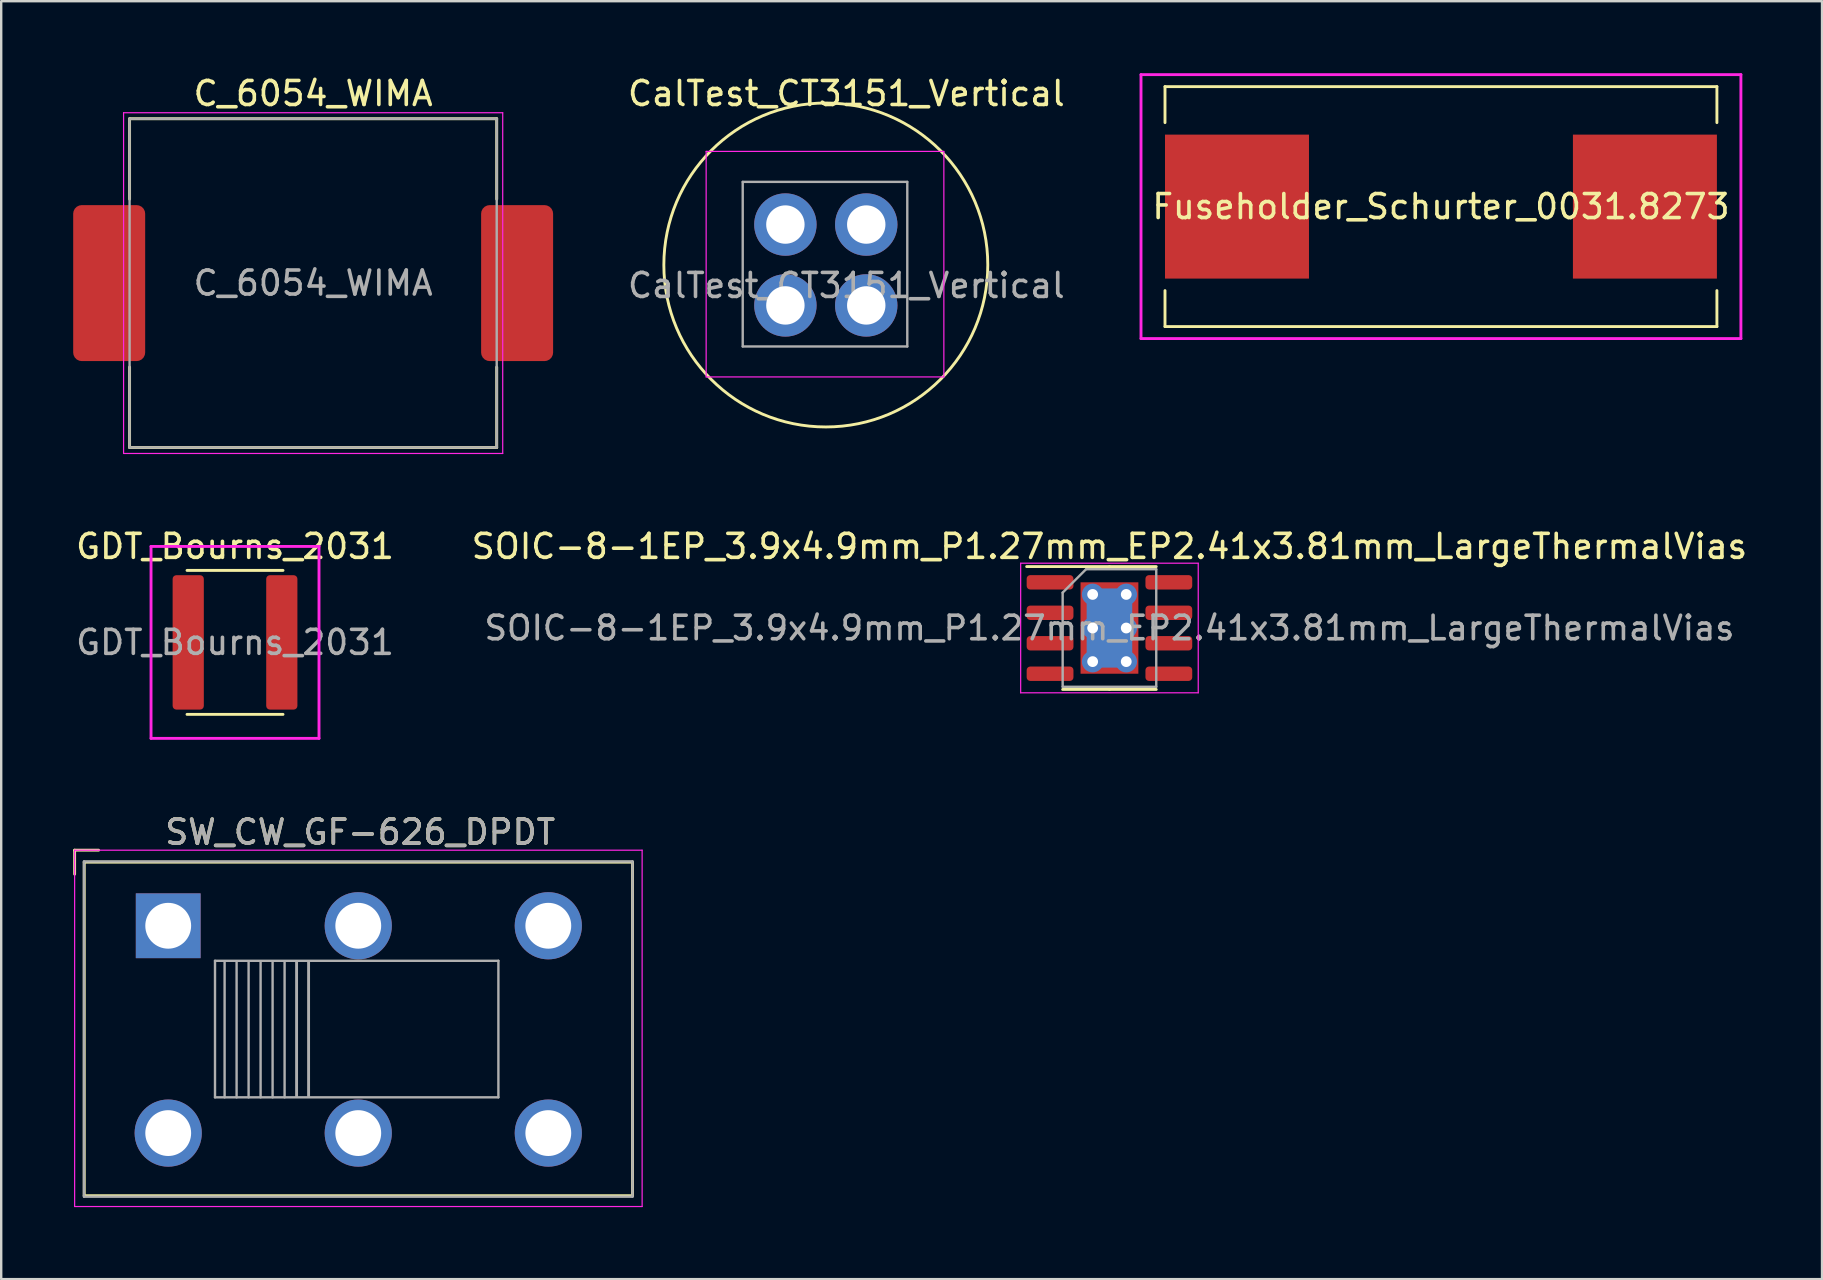
<source format=kicad_pcb>
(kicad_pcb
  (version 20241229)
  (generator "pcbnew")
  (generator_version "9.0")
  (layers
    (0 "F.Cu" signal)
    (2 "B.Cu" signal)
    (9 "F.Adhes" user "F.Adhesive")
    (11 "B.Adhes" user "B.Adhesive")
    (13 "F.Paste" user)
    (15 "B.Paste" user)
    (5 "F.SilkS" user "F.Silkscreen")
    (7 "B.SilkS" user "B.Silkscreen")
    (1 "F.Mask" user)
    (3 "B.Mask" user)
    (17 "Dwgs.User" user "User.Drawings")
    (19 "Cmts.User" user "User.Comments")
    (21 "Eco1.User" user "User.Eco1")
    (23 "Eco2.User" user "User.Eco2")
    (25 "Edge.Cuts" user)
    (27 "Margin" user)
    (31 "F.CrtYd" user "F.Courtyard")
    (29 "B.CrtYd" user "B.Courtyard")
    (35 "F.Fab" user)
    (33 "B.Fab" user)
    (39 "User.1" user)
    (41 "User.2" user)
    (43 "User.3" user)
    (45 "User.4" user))
  (footprint "Fuseholder_Schurter_0031.8273"
    (layer "F.Cu")
    (at 57 5.56)
    (property "Reference" "Fuseholder_Schurter_0031.8273" (at 0 0 0) (layer "F.SilkS") (effects (font (size 1 1) (thickness 0.15))))
    (attr through_hole)
    (fp_line (start -11.5 -5) (end -11.5 -3.5) (stroke (width 0.12) (type solid)) (layer "F.SilkS"))
    (fp_line (start -11.5 3.5) (end -11.5 5) (stroke (width 0.12) (type solid)) (layer "F.SilkS"))
    (fp_line (start -11.5 5) (end 11.5 5) (stroke (width 0.12) (type solid)) (layer "F.SilkS"))
    (fp_line (start 11.5 -5) (end -11.5 -5) (stroke (width 0.12) (type solid)) (layer "F.SilkS"))
    (fp_line (start 11.5 -3.5) (end 11.5 -5) (stroke (width 0.12) (type solid)) (layer "F.SilkS"))
    (fp_line (start 11.5 5) (end 11.5 3.5) (stroke (width 0.12) (type solid)) (layer "F.SilkS"))
    (fp_line (start -12.5 -5.5) (end -12.5 5.5) (stroke (width 0.12) (type solid)) (layer "F.CrtYd"))
    (fp_line (start -12.5 -5.5) (end 12.5 -5.5) (stroke (width 0.12) (type solid)) (layer "F.CrtYd"))
    (fp_line (start -12.5 5.5) (end 12.5 5.5) (stroke (width 0.12) (type solid)) (layer "F.CrtYd"))
    (fp_line (start 12.5 -5.5) (end 12.5 5.5) (stroke (width 0.12) (type solid)) (layer "F.CrtYd"))
    (pad "1" smd rect (at -8.5 0) (size 6 6) (layers "F.Cu" "F.Mask" "F.Paste"))
    (pad "2" smd rect (at 8.5 0) (size 6 6) (layers "F.Cu" "F.Mask" "F.Paste")))
  (footprint "GDT_Bourns_2031"
    (layer "F.Cu")
    (at 6.744 23.721)
    (property "Reference" "GDT_Bourns_2031" (at 0 -4 0) (layer "F.SilkS") (effects (font (size 1 1) (thickness 0.15))))
    (attr smd)
    (fp_line (start -2 3) (end 2 3) (stroke (width 0.12) (type solid)) (layer "F.SilkS"))
    (fp_line (start 2 -3) (end -2 -3) (stroke (width 0.12) (type solid)) (layer "F.SilkS"))
    (fp_line (start -3.5 -4) (end -3.5 4) (stroke (width 0.12) (type solid)) (layer "F.CrtYd"))
    (fp_line (start -3.5 4) (end 3.5 4) (stroke (width 0.12) (type solid)) (layer "F.CrtYd"))
    (fp_line (start 3.5 -4) (end -3.5 -4) (stroke (width 0.12) (type solid)) (layer "F.CrtYd"))
    (fp_line (start 3.5 4) (end 3.5 -4) (stroke (width 0.12) (type solid)) (layer "F.CrtYd"))
    (fp_text user "${REFERENCE}" (at 0 0 0) (layer "F.Fab") (effects (font (size 1 1) (thickness 0.15))))
    (pad "1" smd roundrect (at -1.95 0) (size 1.3 5.6) (layers "F.Cu" "F.Mask" "F.Paste") (roundrect_rratio 0.119))
    (pad "3" smd roundrect (at 1.95 0) (size 1.3 5.6) (layers "F.Cu" "F.Mask" "F.Paste") (roundrect_rratio 0.119)))
  (footprint "SW_CW_GF-626_DPDT"
    (layer "F.Cu")
    (at 3.96 35.53)
    (property "Reference" "SW_CW_GF-626_DPDT" (at 8 -3.9 0) (layer "F.SilkS") (effects (font (size 1 1) (thickness 0.15))))
    (attr through_hole)
    (fp_line (start -3.9 -3.15) (end -2.9 -3.15) (stroke (width 0.12) (type solid)) (layer "F.SilkS"))
    (fp_line (start -3.9 -2.15) (end -3.9 -3.15) (stroke (width 0.12) (type solid)) (layer "F.SilkS"))
    (fp_line (start -3.5 -2.65) (end 19.35 -2.65) (stroke (width 0.12) (type solid)) (layer "F.SilkS"))
    (fp_line (start -3.5 11.25) (end -3.5 -2.65) (stroke (width 0.12) (type solid)) (layer "F.SilkS"))
    (fp_line (start 19.35 -2.65) (end 19.35 11.25) (stroke (width 0.12) (type solid)) (layer "F.SilkS"))
    (fp_line (start 19.35 11.25) (end -3.5 11.25) (stroke (width 0.12) (type solid)) (layer "F.SilkS"))
    (fp_line (start -3.9 -3.15) (end 19.75 -3.15) (stroke (width 0.05) (type solid)) (layer "F.CrtYd"))
    (fp_line (start -3.9 11.7) (end -3.9 -3.15) (stroke (width 0.05) (type solid)) (layer "F.CrtYd"))
    (fp_line (start 19.75 -3.15) (end 19.75 11.7) (stroke (width 0.05) (type solid)) (layer "F.CrtYd"))
    (fp_line (start 19.75 11.7) (end -3.9 11.7) (stroke (width 0.05) (type solid)) (layer "F.CrtYd"))
    (fp_line (start -3.51 -2.68) (end -3.51 11.29) (stroke (width 0.1) (type solid)) (layer "F.Fab"))
    (fp_line (start -3.51 -2.68) (end 19.35 -2.68) (stroke (width 0.1) (type solid)) (layer "F.Fab"))
    (fp_line (start 1.95 1.46) (end 1.95 7.15) (stroke (width 0.1) (type solid)) (layer "F.Fab"))
    (fp_line (start 1.95 1.46) (end 13.76 1.46) (stroke (width 0.1) (type solid)) (layer "F.Fab"))
    (fp_line (start 2.35 1.5) (end 2.35 7.15) (stroke (width 0.1) (type solid)) (layer "F.Fab"))
    (fp_line (start 2.85 1.5) (end 2.85 7.15) (stroke (width 0.1) (type solid)) (layer "F.Fab"))
    (fp_line (start 3.35 1.5) (end 3.35 7.15) (stroke (width 0.1) (type solid)) (layer "F.Fab"))
    (fp_line (start 3.85 1.5) (end 3.85 7.15) (stroke (width 0.1) (type solid)) (layer "F.Fab"))
    (fp_line (start 4.35 1.5) (end 4.35 7.15) (stroke (width 0.1) (type solid)) (layer "F.Fab"))
    (fp_line (start 4.85 1.5) (end 4.85 7.15) (stroke (width 0.1) (type solid)) (layer "F.Fab"))
    (fp_line (start 5.35 1.5) (end 5.35 7.1) (stroke (width 0.12) (type solid)) (layer "F.Fab"))
    (fp_line (start 5.85 7.1) (end 5.85 1.5) (stroke (width 0.12) (type solid)) (layer "F.Fab"))
    (fp_line (start 13.76 1.46) (end 13.76 7.15) (stroke (width 0.1) (type solid)) (layer "F.Fab"))
    (fp_line (start 13.76 7.15) (end 1.95 7.15) (stroke (width 0.1) (type solid)) (layer "F.Fab"))
    (fp_line (start 19.35 -2.68) (end 19.35 11.29) (stroke (width 0.1) (type solid)) (layer "F.Fab"))
    (fp_line (start 19.35 11.29) (end -3.51 11.29) (stroke (width 0.1) (type solid)) (layer "F.Fab"))
    (fp_text user "${REFERENCE}" (at 8 -3.9 0) (layer "F.Fab") (effects (font (size 1 1) (thickness 0.15))))
    (pad "1" thru_hole rect (at 0 0) (size 2.7 2.7) (drill 1.91) (layers "*.Cu" "*.Mask"))
    (pad "2" thru_hole circle (at 7.92 0) (size 2.8 2.8) (drill 1.91) (layers "*.Cu" "*.Mask"))
    (pad "3" thru_hole circle (at 15.84 0) (size 2.8 2.8) (drill 1.91) (layers "*.Cu" "*.Mask"))
    (pad "4" thru_hole circle (at 0 8.64) (size 2.8 2.8) (drill 1.91) (layers "*.Cu" "*.Mask"))
    (pad "5" thru_hole circle (at 7.92 8.64) (size 2.8 2.8) (drill 1.91) (layers "*.Cu" "*.Mask"))
    (pad "6" thru_hole circle (at 15.84 8.64) (size 2.8 2.8) (drill 1.91) (layers "*.Cu" "*.Mask")))
  (footprint "SOIC-8-1EP_3.9x4.9mm_P1.27mm_EP2.41x3.81mm_LargeThermalVias"
    (layer "F.Cu")
    (at 43.185 23.122)
    (property "Reference" "SOIC-8-1EP_3.9x4.9mm_P1.27mm_EP2.41x3.81mm_LargeThermalVias" (at 0 -3.4 0) (layer "F.SilkS") (effects (font (size 1 1) (thickness 0.15))))
    (attr smd)
    (fp_line (start 0 -2.56) (end -3.45 -2.56) (stroke (width 0.12) (type solid)) (layer "F.SilkS"))
    (fp_line (start 0 -2.56) (end 1.95 -2.56) (stroke (width 0.12) (type solid)) (layer "F.SilkS"))
    (fp_line (start 0 2.56) (end -1.95 2.56) (stroke (width 0.12) (type solid)) (layer "F.SilkS"))
    (fp_line (start 0 2.56) (end 1.95 2.56) (stroke (width 0.12) (type solid)) (layer "F.SilkS"))
    (fp_line (start -3.7 -2.7) (end -3.7 2.7) (stroke (width 0.05) (type solid)) (layer "F.CrtYd"))
    (fp_line (start -3.7 2.7) (end 3.7 2.7) (stroke (width 0.05) (type solid)) (layer "F.CrtYd"))
    (fp_line (start 3.7 -2.7) (end -3.7 -2.7) (stroke (width 0.05) (type solid)) (layer "F.CrtYd"))
    (fp_line (start 3.7 2.7) (end 3.7 -2.7) (stroke (width 0.05) (type solid)) (layer "F.CrtYd"))
    (fp_line (start -1.95 -1.475) (end -0.975 -2.45) (stroke (width 0.1) (type solid)) (layer "F.Fab"))
    (fp_line (start -1.95 2.45) (end -1.95 -1.475) (stroke (width 0.1) (type solid)) (layer "F.Fab"))
    (fp_line (start -0.975 -2.45) (end 1.95 -2.45) (stroke (width 0.1) (type solid)) (layer "F.Fab"))
    (fp_line (start 1.95 -2.45) (end 1.95 2.45) (stroke (width 0.1) (type solid)) (layer "F.Fab"))
    (fp_line (start 1.95 2.45) (end -1.95 2.45) (stroke (width 0.1) (type solid)) (layer "F.Fab"))
    (fp_text user "${REFERENCE}" (at 0 0 0) (layer "F.Fab") (effects (font (size 0.98 0.98) (thickness 0.15))))
    (pad "" smd roundrect (at -0.6 -0.95) (size 1.01 1.59) (layers "F.Paste") (roundrect_rratio 0.248))
    (pad "" smd roundrect (at -0.6 0.95) (size 1.01 1.59) (layers "F.Paste") (roundrect_rratio 0.248))
    (pad "" smd roundrect (at 0.6 -0.95) (size 1.01 1.59) (layers "F.Paste") (roundrect_rratio 0.248))
    (pad "" smd roundrect (at 0.6 0.95) (size 1.01 1.59) (layers "F.Paste") (roundrect_rratio 0.248))
    (pad "1" smd roundrect (at -2.475 -1.905) (size 1.95 0.6) (layers "F.Cu" "F.Mask" "F.Paste") (roundrect_rratio 0.25))
    (pad "2" smd roundrect (at -2.475 -0.635) (size 1.95 0.6) (layers "F.Cu" "F.Mask" "F.Paste") (roundrect_rratio 0.25))
    (pad "3" smd roundrect (at -2.475 0.635) (size 1.95 0.6) (layers "F.Cu" "F.Mask" "F.Paste") (roundrect_rratio 0.25))
    (pad "4" smd roundrect (at -2.475 1.905) (size 1.95 0.6) (layers "F.Cu" "F.Mask" "F.Paste") (roundrect_rratio 0.25))
    (pad "5" smd roundrect (at 2.475 1.905) (size 1.95 0.6) (layers "F.Cu" "F.Mask" "F.Paste") (roundrect_rratio 0.25))
    (pad "6" smd roundrect (at 2.475 0.635) (size 1.95 0.6) (layers "F.Cu" "F.Mask" "F.Paste") (roundrect_rratio 0.25))
    (pad "7" smd roundrect (at 2.475 -0.635) (size 1.95 0.6) (layers "F.Cu" "F.Mask" "F.Paste") (roundrect_rratio 0.25))
    (pad "8" smd roundrect (at 2.475 -1.905) (size 1.95 0.6) (layers "F.Cu" "F.Mask" "F.Paste") (roundrect_rratio 0.25))
    (pad "9" thru_hole circle (at -0.7 -1.4) (size 0.9 0.9) (drill 0.45) (layers "*.Cu"))
    (pad "9" thru_hole circle (at -0.7 0) (size 0.9 0.9) (drill 0.45) (layers "*.Cu"))
    (pad "9" thru_hole circle (at -0.7 1.4) (size 0.9 0.9) (drill 0.45) (layers "*.Cu"))
    (pad "9" smd rect (at 0 0) (size 1.9 3.3) (layers "B.Cu"))
    (pad "9" smd rect (at 0 0) (size 2.41 3.81) (layers "F.Cu" "F.Mask"))
    (pad "9" thru_hole circle (at 0.7 -1.4) (size 0.9 0.9) (drill 0.45) (layers "*.Cu"))
    (pad "9" thru_hole circle (at 0.7 0) (size 0.9 0.9) (drill 0.45) (layers "*.Cu"))
    (pad "9" thru_hole circle (at 0.7 1.4) (size 0.9 0.9) (drill 0.45) (layers "*.Cu")))
  (footprint "C_6054_WIMA"
    (layer "F.Cu")
    (at 10 8.748)
    (property "Reference" "C_6054_WIMA" (at 0 -7.9 0) (layer "F.SilkS") (effects (font (size 1 1) (thickness 0.15))))
    (attr smd)
    (fp_line (start -7.65 -6.85) (end -7.65 -3.5) (stroke (width 0.12) (type solid)) (layer "F.SilkS"))
    (fp_line (start -7.65 -6.85) (end 7.65 -6.85) (stroke (width 0.12) (type solid)) (layer "F.SilkS"))
    (fp_line (start -7.65 6.85) (end -7.65 3.5) (stroke (width 0.12) (type solid)) (layer "F.SilkS"))
    (fp_line (start -7.65 6.85) (end 7.65 6.85) (stroke (width 0.12) (type solid)) (layer "F.SilkS"))
    (fp_line (start 7.65 -6.85) (end 7.65 -3.5) (stroke (width 0.12) (type solid)) (layer "F.SilkS"))
    (fp_line (start 7.65 6.85) (end 7.65 3.5) (stroke (width 0.12) (type solid)) (layer "F.SilkS"))
    (fp_line (start -7.9 -7.1) (end 7.9 -7.1) (stroke (width 0.05) (type solid)) (layer "F.CrtYd"))
    (fp_line (start -7.9 7.1) (end -7.9 -7.1) (stroke (width 0.05) (type solid)) (layer "F.CrtYd"))
    (fp_line (start 7.9 -7.1) (end 7.9 7.1) (stroke (width 0.05) (type solid)) (layer "F.CrtYd"))
    (fp_line (start 7.9 7.1) (end -7.9 7.1) (stroke (width 0.05) (type solid)) (layer "F.CrtYd"))
    (fp_line (start -7.65 -6.85) (end 7.65 -6.85) (stroke (width 0.1) (type solid)) (layer "F.Fab"))
    (fp_line (start -7.65 6.85) (end -7.65 -6.85) (stroke (width 0.1) (type solid)) (layer "F.Fab"))
    (fp_line (start 7.65 -6.85) (end 7.65 6.85) (stroke (width 0.1) (type solid)) (layer "F.Fab"))
    (fp_line (start 7.65 6.85) (end -7.65 6.85) (stroke (width 0.1) (type solid)) (layer "F.Fab"))
    (fp_text user "${REFERENCE}" (at 0 0 0) (layer "F.Fab") (effects (font (size 1 1) (thickness 0.15))))
    (pad "1" smd roundrect (at -8.5 0) (size 3 6.5) (layers "F.Cu" "F.Mask" "F.Paste") (roundrect_rratio 0.119))
    (pad "2" smd roundrect (at 8.5 0) (size 3 6.5) (layers "F.Cu" "F.Mask" "F.Paste") (roundrect_rratio 0.119)))
  (footprint "CalTest_CT3151_Vertical"
    (layer "F.Cu")
    (at 29.68 6.308)
    (property "Reference" "CalTest_CT3151_Vertical" (at 2.54 -5.46 0) (layer "F.SilkS") (effects (font (size 1 1) (thickness 0.15))))
    (attr through_hole)
    (fp_circle (center 1.685 1.685) (end 8.435 1.685) (stroke (width 0.12) (type solid)) (fill no) (layer "F.SilkS"))
    (fp_line (start -3.302 -3.048) (end -3.302 6.35) (stroke (width 0.05) (type solid)) (layer "F.CrtYd"))
    (fp_line (start -3.302 6.35) (end 6.604 6.35) (stroke (width 0.05) (type solid)) (layer "F.CrtYd"))
    (fp_line (start 6.604 -3.048) (end -3.302 -3.048) (stroke (width 0.05) (type solid)) (layer "F.CrtYd"))
    (fp_line (start 6.604 6.35) (end 6.604 -3.048) (stroke (width 0.05) (type solid)) (layer "F.CrtYd"))
    (fp_line (start -1.778 -1.778) (end -1.778 5.08) (stroke (width 0.1) (type solid)) (layer "F.Fab"))
    (fp_line (start -1.778 -1.778) (end 5.08 -1.778) (stroke (width 0.1) (type solid)) (layer "F.Fab"))
    (fp_line (start 5.08 -1.778) (end 5.08 5.08) (stroke (width 0.1) (type solid)) (layer "F.Fab"))
    (fp_line (start 5.08 5.08) (end -1.778 5.08) (stroke (width 0.1) (type solid)) (layer "F.Fab"))
    (fp_text user "${REFERENCE}" (at 2.54 2.54 0) (layer "F.Fab") (effects (font (size 1 1) (thickness 0.15))))
    (pad "1" thru_hole circle (at 0 0) (size 2.6 2.6) (drill 1.6) (layers "*.Cu" "*.Mask"))
    (pad "1" thru_hole circle (at 0 3.37) (size 2.6 2.6) (drill 1.6) (layers "*.Cu" "*.Mask"))
    (pad "1" thru_hole circle (at 3.37 0) (size 2.6 2.6) (drill 1.6) (layers "*.Cu" "*.Mask"))
    (pad "1" thru_hole circle (at 3.37 3.37) (size 2.6 2.6) (drill 1.6) (layers "*.Cu" "*.Mask")))
  (gr_rect
    (start -3 -3)
    (end 72.881 50.255)
    (stroke (width 0.1) (type default))
    (fill no)
    (layer "Edge.Cuts")))
</source>
